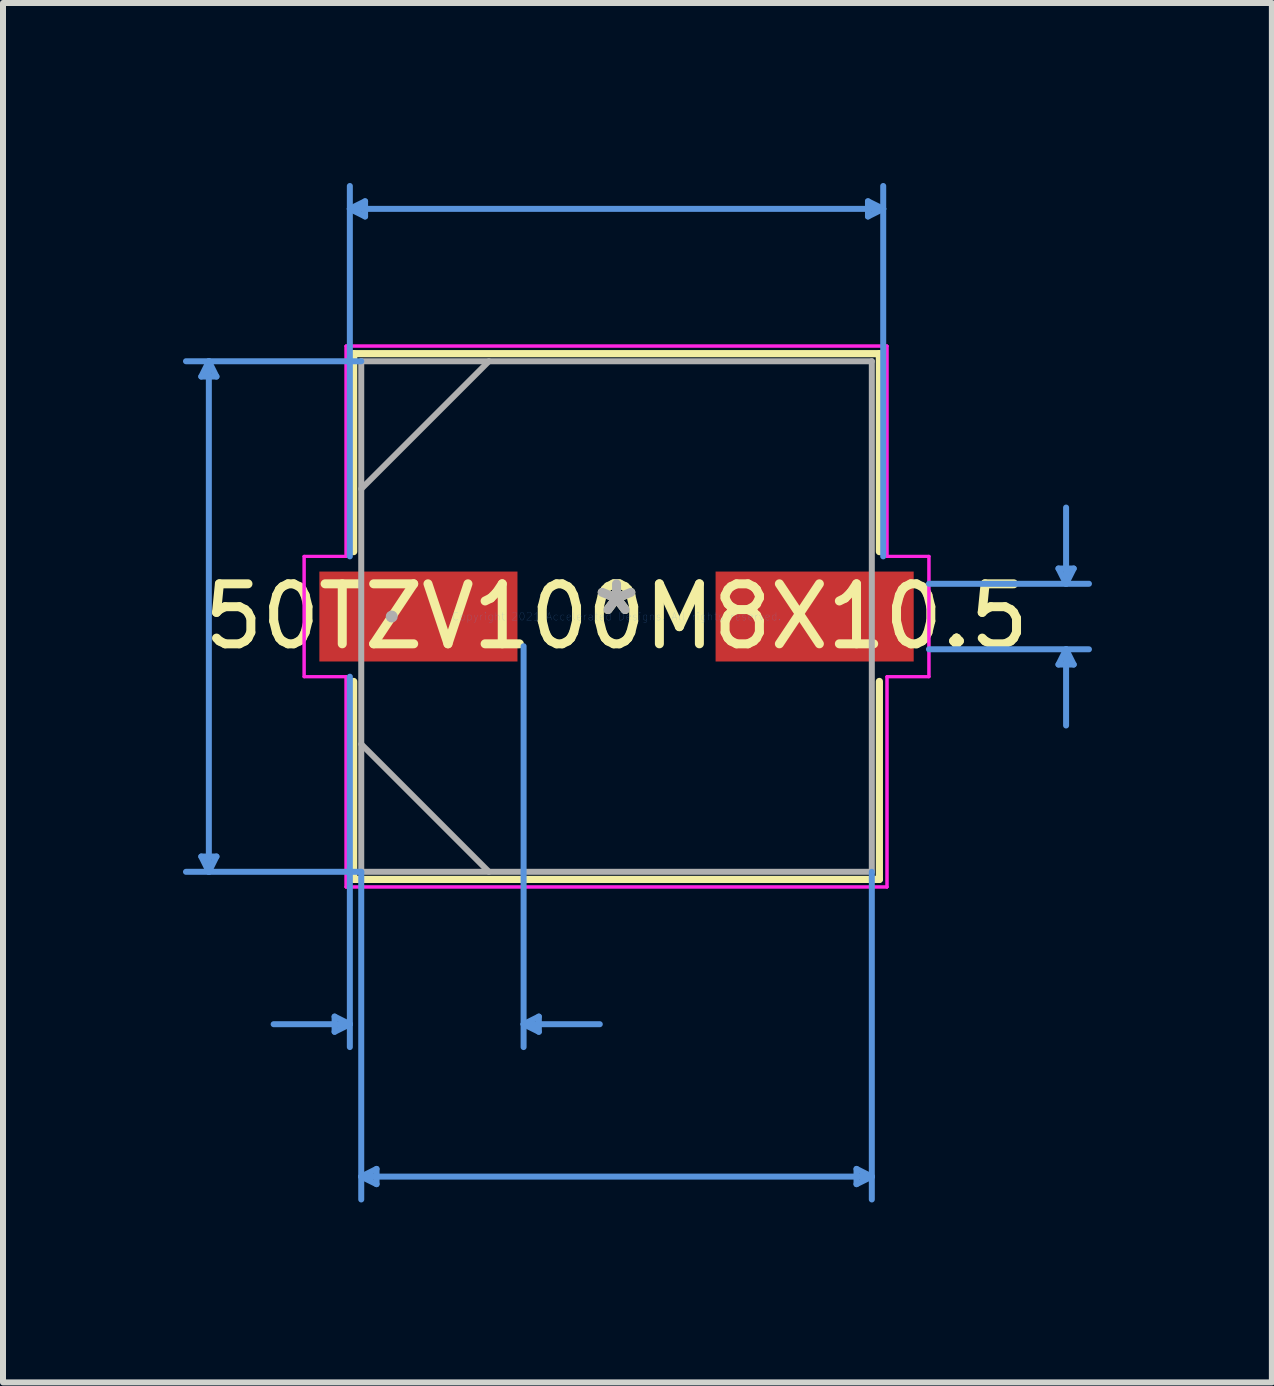
<source format=kicad_pcb>
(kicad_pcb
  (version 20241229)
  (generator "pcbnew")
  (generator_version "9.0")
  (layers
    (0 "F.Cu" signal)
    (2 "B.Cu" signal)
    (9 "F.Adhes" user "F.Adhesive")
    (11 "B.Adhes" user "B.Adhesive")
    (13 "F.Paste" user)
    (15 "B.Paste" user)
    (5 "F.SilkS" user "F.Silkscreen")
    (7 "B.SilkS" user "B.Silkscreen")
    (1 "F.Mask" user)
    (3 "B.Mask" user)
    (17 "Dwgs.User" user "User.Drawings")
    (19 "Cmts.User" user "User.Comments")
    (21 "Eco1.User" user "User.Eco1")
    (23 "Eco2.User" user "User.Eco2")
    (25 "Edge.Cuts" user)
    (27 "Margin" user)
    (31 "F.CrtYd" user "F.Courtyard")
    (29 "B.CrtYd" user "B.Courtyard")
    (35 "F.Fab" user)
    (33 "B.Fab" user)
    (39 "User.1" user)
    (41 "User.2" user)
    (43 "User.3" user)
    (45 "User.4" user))
  (footprint "50TZV100M8X10.5"
    (layer "F.Cu")
    (at 7.226 7.226)
    (property "Reference" "50TZV100M8X10.5" (at 0 0 0) (layer "F.SilkS") (effects (font (size 1 1) (thickness 0.15))))
    (attr through_hole)
    (fp_line (start -4.381 -4.381) (end -4.381 -1.082) (stroke (width 0.12) (type solid)) (layer "F.SilkS"))
    (fp_line (start -4.381 1.082) (end -4.381 4.381) (stroke (width 0.12) (type solid)) (layer "F.SilkS"))
    (fp_line (start -4.381 4.381) (end 4.381 4.381) (stroke (width 0.12) (type solid)) (layer "F.SilkS"))
    (fp_line (start 4.381 -4.381) (end -4.381 -4.381) (stroke (width 0.12) (type solid)) (layer "F.SilkS"))
    (fp_line (start 4.381 -1.082) (end 4.381 -4.381) (stroke (width 0.12) (type solid)) (layer "F.SilkS"))
    (fp_line (start 4.381 4.381) (end 4.381 1.082) (stroke (width 0.12) (type solid)) (layer "F.SilkS"))
    (fp_line (start -6.921 -4) (end -6.668 -4) (stroke (width 0.1) (type solid)) (layer "Cmts.User"))
    (fp_line (start -6.921 4) (end -6.668 4) (stroke (width 0.1) (type solid)) (layer "Cmts.User"))
    (fp_line (start -6.795 -4.255) (end -6.921 -4) (stroke (width 0.1) (type solid)) (layer "Cmts.User"))
    (fp_line (start -6.795 -4.255) (end -6.795 4.255) (stroke (width 0.1) (type solid)) (layer "Cmts.User"))
    (fp_line (start -6.795 -4.255) (end -6.668 -4) (stroke (width 0.1) (type solid)) (layer "Cmts.User"))
    (fp_line (start -6.795 4.255) (end -6.921 4) (stroke (width 0.1) (type solid)) (layer "Cmts.User"))
    (fp_line (start -6.795 4.255) (end -6.668 4) (stroke (width 0.1) (type solid)) (layer "Cmts.User"))
    (fp_line (start -4.699 6.668) (end -4.699 6.921) (stroke (width 0.1) (type solid)) (layer "Cmts.User"))
    (fp_line (start -4.445 -6.795) (end -4.191 -6.921) (stroke (width 0.1) (type solid)) (layer "Cmts.User"))
    (fp_line (start -4.445 -6.795) (end -4.191 -6.668) (stroke (width 0.1) (type solid)) (layer "Cmts.User"))
    (fp_line (start -4.445 -6.795) (end 4.445 -6.795) (stroke (width 0.1) (type solid)) (layer "Cmts.User"))
    (fp_line (start -4.445 -1.003) (end -4.445 -7.176) (stroke (width 0.1) (type solid)) (layer "Cmts.User"))
    (fp_line (start -4.445 1.003) (end -4.445 7.176) (stroke (width 0.1) (type solid)) (layer "Cmts.User"))
    (fp_line (start -4.445 6.795) (end -5.715 6.795) (stroke (width 0.1) (type solid)) (layer "Cmts.User"))
    (fp_line (start -4.445 6.795) (end -4.699 6.668) (stroke (width 0.1) (type solid)) (layer "Cmts.User"))
    (fp_line (start -4.445 6.795) (end -4.699 6.921) (stroke (width 0.1) (type solid)) (layer "Cmts.User"))
    (fp_line (start -4.255 -4.255) (end -7.176 -4.255) (stroke (width 0.1) (type solid)) (layer "Cmts.User"))
    (fp_line (start -4.255 4.255) (end -7.176 4.255) (stroke (width 0.1) (type solid)) (layer "Cmts.User"))
    (fp_line (start -4.255 4.255) (end -4.255 9.716) (stroke (width 0.1) (type solid)) (layer "Cmts.User"))
    (fp_line (start -4.255 9.335) (end -4 9.207) (stroke (width 0.1) (type solid)) (layer "Cmts.User"))
    (fp_line (start -4.255 9.335) (end -4 9.461) (stroke (width 0.1) (type solid)) (layer "Cmts.User"))
    (fp_line (start -4.255 9.335) (end 4.255 9.335) (stroke (width 0.1) (type solid)) (layer "Cmts.User"))
    (fp_line (start -4.191 -6.921) (end -4.191 -6.668) (stroke (width 0.1) (type solid)) (layer "Cmts.User"))
    (fp_line (start -4 9.207) (end -4 9.461) (stroke (width 0.1) (type solid)) (layer "Cmts.User"))
    (fp_line (start -1.549 0.495) (end -1.549 7.176) (stroke (width 0.1) (type solid)) (layer "Cmts.User"))
    (fp_line (start -1.549 6.795) (end -1.295 6.668) (stroke (width 0.1) (type solid)) (layer "Cmts.User"))
    (fp_line (start -1.549 6.795) (end -1.295 6.921) (stroke (width 0.1) (type solid)) (layer "Cmts.User"))
    (fp_line (start -1.549 6.795) (end -0.279 6.795) (stroke (width 0.1) (type solid)) (layer "Cmts.User"))
    (fp_line (start -1.295 6.668) (end -1.295 6.921) (stroke (width 0.1) (type solid)) (layer "Cmts.User"))
    (fp_line (start 4 9.207) (end 4 9.461) (stroke (width 0.1) (type solid)) (layer "Cmts.User"))
    (fp_line (start 4.191 -6.921) (end 4.191 -6.668) (stroke (width 0.1) (type solid)) (layer "Cmts.User"))
    (fp_line (start 4.255 4.255) (end 4.255 9.716) (stroke (width 0.1) (type solid)) (layer "Cmts.User"))
    (fp_line (start 4.255 9.335) (end 4 9.207) (stroke (width 0.1) (type solid)) (layer "Cmts.User"))
    (fp_line (start 4.255 9.335) (end 4 9.461) (stroke (width 0.1) (type solid)) (layer "Cmts.User"))
    (fp_line (start 4.445 -6.795) (end 4.191 -6.921) (stroke (width 0.1) (type solid)) (layer "Cmts.User"))
    (fp_line (start 4.445 -6.795) (end 4.191 -6.668) (stroke (width 0.1) (type solid)) (layer "Cmts.User"))
    (fp_line (start 4.445 -1.003) (end 4.445 -7.176) (stroke (width 0.1) (type solid)) (layer "Cmts.User"))
    (fp_line (start 5.207 -0.546) (end 7.874 -0.546) (stroke (width 0.1) (type solid)) (layer "Cmts.User"))
    (fp_line (start 5.207 0.546) (end 7.874 0.546) (stroke (width 0.1) (type solid)) (layer "Cmts.User"))
    (fp_line (start 7.366 -0.8) (end 7.62 -0.8) (stroke (width 0.1) (type solid)) (layer "Cmts.User"))
    (fp_line (start 7.366 0.8) (end 7.62 0.8) (stroke (width 0.1) (type solid)) (layer "Cmts.User"))
    (fp_line (start 7.493 -0.546) (end 7.366 -0.8) (stroke (width 0.1) (type solid)) (layer "Cmts.User"))
    (fp_line (start 7.493 -0.546) (end 7.493 -1.816) (stroke (width 0.1) (type solid)) (layer "Cmts.User"))
    (fp_line (start 7.493 -0.546) (end 7.62 -0.8) (stroke (width 0.1) (type solid)) (layer "Cmts.User"))
    (fp_line (start 7.493 0.546) (end 7.366 0.8) (stroke (width 0.1) (type solid)) (layer "Cmts.User"))
    (fp_line (start 7.493 0.546) (end 7.493 1.816) (stroke (width 0.1) (type solid)) (layer "Cmts.User"))
    (fp_line (start 7.493 0.546) (end 7.62 0.8) (stroke (width 0.1) (type solid)) (layer "Cmts.User"))
    (fp_line (start -5.207 -1.003) (end -4.508 -1.003) (stroke (width 0.05) (type solid)) (layer "F.CrtYd"))
    (fp_line (start -5.207 -1.003) (end -4.508 -1.003) (stroke (width 0.05) (type solid)) (layer "F.CrtYd"))
    (fp_line (start -5.207 1.003) (end -5.207 -1.003) (stroke (width 0.05) (type solid)) (layer "F.CrtYd"))
    (fp_line (start -5.207 1.003) (end -5.207 -1.003) (stroke (width 0.05) (type solid)) (layer "F.CrtYd"))
    (fp_line (start -4.508 -4.508) (end 4.508 -4.508) (stroke (width 0.05) (type solid)) (layer "F.CrtYd"))
    (fp_line (start -4.508 -4.508) (end 4.508 -4.508) (stroke (width 0.05) (type solid)) (layer "F.CrtYd"))
    (fp_line (start -4.508 -1.003) (end -4.508 -4.508) (stroke (width 0.05) (type solid)) (layer "F.CrtYd"))
    (fp_line (start -4.508 -1.003) (end -4.508 -4.508) (stroke (width 0.05) (type solid)) (layer "F.CrtYd"))
    (fp_line (start -4.508 1.003) (end -5.207 1.003) (stroke (width 0.05) (type solid)) (layer "F.CrtYd"))
    (fp_line (start -4.508 1.003) (end -5.207 1.003) (stroke (width 0.05) (type solid)) (layer "F.CrtYd"))
    (fp_line (start -4.508 4.508) (end -4.508 1.003) (stroke (width 0.05) (type solid)) (layer "F.CrtYd"))
    (fp_line (start -4.508 4.508) (end -4.508 1.003) (stroke (width 0.05) (type solid)) (layer "F.CrtYd"))
    (fp_line (start 4.508 -4.508) (end 4.508 -1.003) (stroke (width 0.05) (type solid)) (layer "F.CrtYd"))
    (fp_line (start 4.508 -4.508) (end 4.508 -1.003) (stroke (width 0.05) (type solid)) (layer "F.CrtYd"))
    (fp_line (start 4.508 -1.003) (end 5.207 -1.003) (stroke (width 0.05) (type solid)) (layer "F.CrtYd"))
    (fp_line (start 4.508 -1.003) (end 5.207 -1.003) (stroke (width 0.05) (type solid)) (layer "F.CrtYd"))
    (fp_line (start 4.508 1.003) (end 4.508 4.508) (stroke (width 0.05) (type solid)) (layer "F.CrtYd"))
    (fp_line (start 4.508 1.003) (end 4.508 4.508) (stroke (width 0.05) (type solid)) (layer "F.CrtYd"))
    (fp_line (start 4.508 4.508) (end -4.508 4.508) (stroke (width 0.05) (type solid)) (layer "F.CrtYd"))
    (fp_line (start 4.508 4.508) (end -4.508 4.508) (stroke (width 0.05) (type solid)) (layer "F.CrtYd"))
    (fp_line (start 5.207 -1.003) (end 5.207 1.003) (stroke (width 0.05) (type solid)) (layer "F.CrtYd"))
    (fp_line (start 5.207 -1.003) (end 5.207 1.003) (stroke (width 0.05) (type solid)) (layer "F.CrtYd"))
    (fp_line (start 5.207 1.003) (end 4.508 1.003) (stroke (width 0.05) (type solid)) (layer "F.CrtYd"))
    (fp_line (start 5.207 1.003) (end 4.508 1.003) (stroke (width 0.05) (type solid)) (layer "F.CrtYd"))
    (fp_line (start -4.255 -4.255) (end -4.255 4.255) (stroke (width 0.1) (type solid)) (layer "F.Fab"))
    (fp_line (start -4.255 -2.127) (end -2.127 -4.255) (stroke (width 0.1) (type solid)) (layer "F.Fab"))
    (fp_line (start -4.255 2.127) (end -2.127 4.255) (stroke (width 0.1) (type solid)) (layer "F.Fab"))
    (fp_line (start -4.255 4.255) (end 4.255 4.255) (stroke (width 0.1) (type solid)) (layer "F.Fab"))
    (fp_line (start 4.255 -4.255) (end -4.255 -4.255) (stroke (width 0.1) (type solid)) (layer "F.Fab"))
    (fp_line (start 4.255 4.255) (end 4.255 -4.255) (stroke (width 0.1) (type solid)) (layer "F.Fab"))
    (fp_circle (center -3.747 0) (end -3.747 0) (stroke (width 0.1) (type solid)) (fill no) (layer "F.Fab"))
    (fp_text user "*" (at 0 0 0) (layer "F.SilkS") (effects (font (size 1 1) (thickness 0.15))))
    (fp_text user "Copyright 2021 Accelerated Designs. All rights reserved." (at 0 0 0) (layer "Cmts.User") (effects (font (size 0.127 0.127) (thickness 0.002))))
    (fp_text user "*" (at 0 0 0) (layer "F.Fab") (effects (font (size 1 1) (thickness 0.15))))
    (pad "1" smd rect (at -3.302 0) (size 3.302 1.499) (layers "F.Cu" "F.Mask" "F.Paste"))
    (pad "2" smd rect (at 3.302 0) (size 3.302 1.499) (layers "F.Cu" "F.Mask" "F.Paste")))
  (gr_rect
    (start -3 -3)
    (end 18.149 19.991)
    (stroke (width 0.1) (type default))
    (fill no)
    (layer "Edge.Cuts")))
</source>
